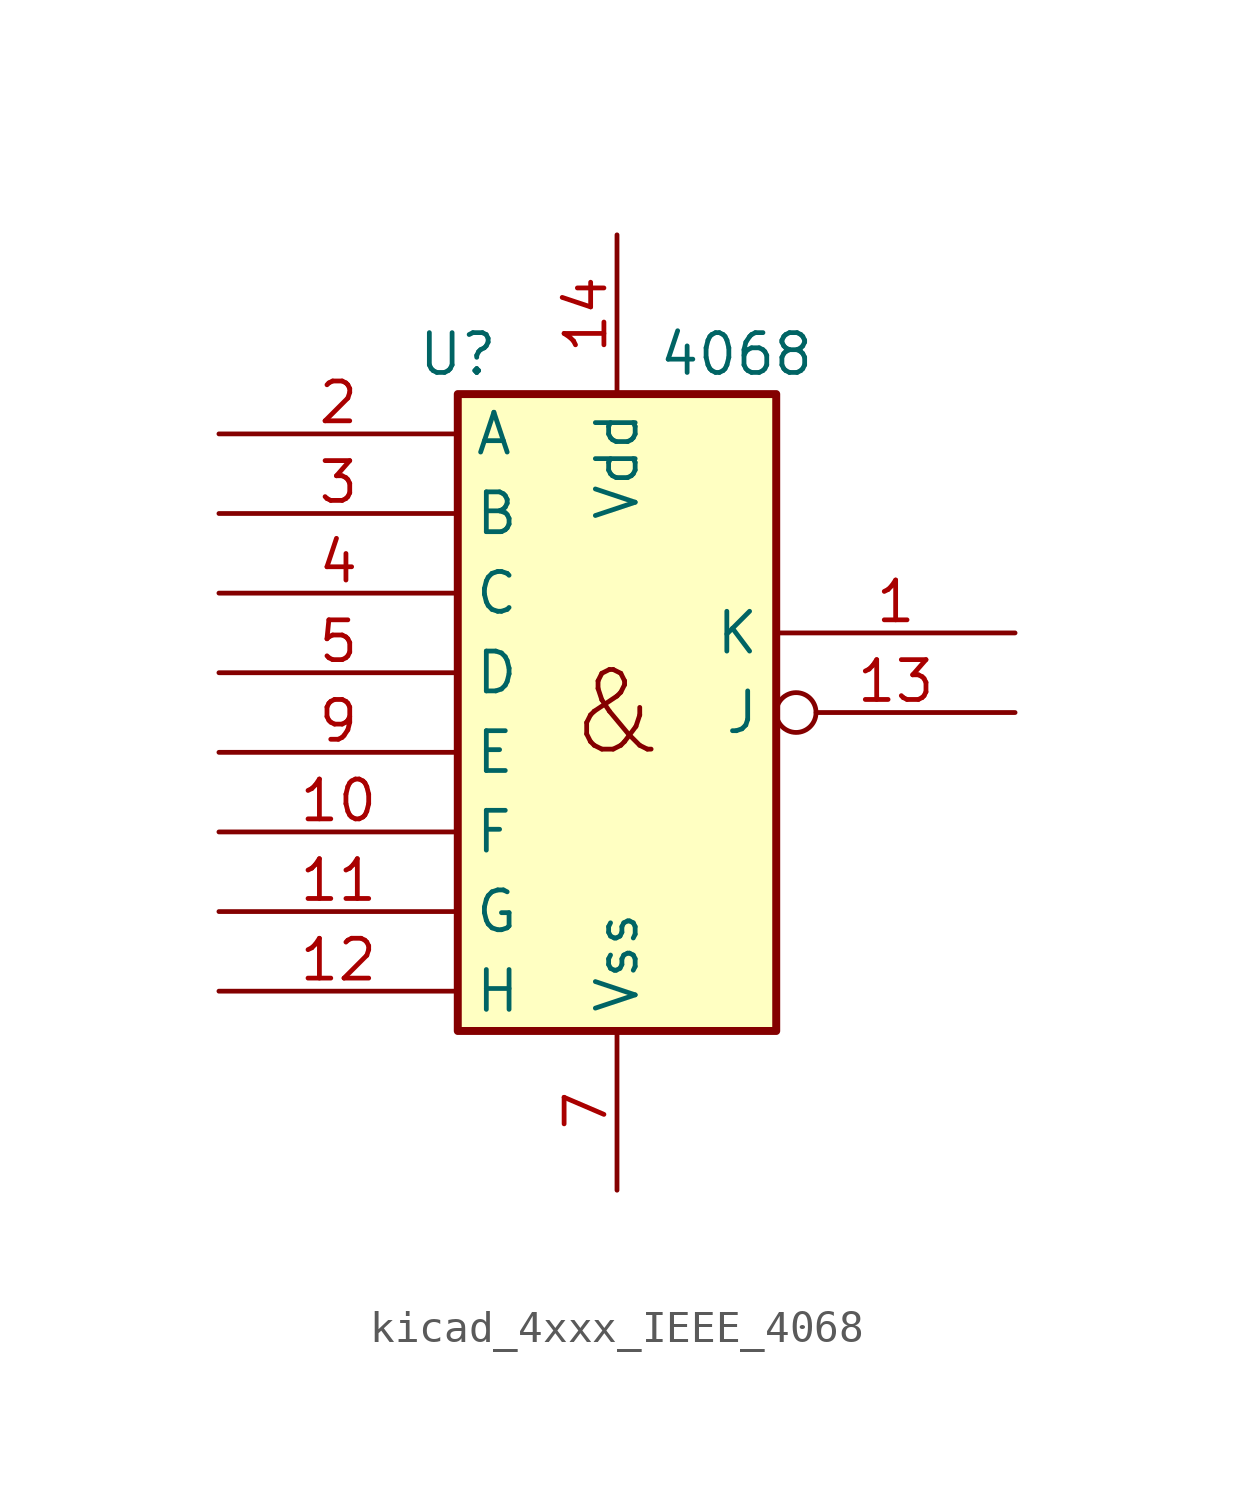
<source format=kicad_sym>
(kicad_symbol_lib
  (version 20220914)
  (generator kicad_symbol_editor)
  (symbol "kicad_4xxx_IEEE_4068"
    (property "Reference" "U"
      (at -5.08 11.43 0)
      (effects (font (size 1.27 1.27))))
    (property "Value" "4068"
      (at 3.81 11.43 0)
      (effects (font (size 1.27 1.27))))
    (symbol "kicad_4xxx_IEEE_4068_0_0"
      (rectangle (start -5.08 10.16) (end 5.08 -10.16) (stroke (width 0.254) (type default)) (fill (type background)))
      (text "&" (at 0 0 0) (effects (font (size 2.54 2.54)))))
    (symbol "kicad_4xxx_IEEE_4068_0_1"
      (pin power_in line (at 0 15.24 270) (length 5.08) (name "Vdd" (effects (font (size 1.27 1.27)))) (number "14" (effects (font (size 1.27 1.27)))))
      (pin power_in line (at 0 -15.24 90) (length 5.08) (name "Vss" (effects (font (size 1.27 1.27)))) (number "7" (effects (font (size 1.27 1.27))))))
    (symbol "kicad_4xxx_IEEE_4068_1_1"
      (pin output line (at 12.7 2.54 180) (length 7.62) (name "K" (effects (font (size 1.27 1.27)))) (number "1" (effects (font (size 1.27 1.27)))))
      (pin input line (at -12.7 -3.81 0) (length 7.62) (name "F" (effects (font (size 1.27 1.27)))) (number "10" (effects (font (size 1.27 1.27)))))
      (pin input line (at -12.7 -6.35 0) (length 7.62) (name "G" (effects (font (size 1.27 1.27)))) (number "11" (effects (font (size 1.27 1.27)))))
      (pin input line (at -12.7 -8.89 0) (length 7.62) (name "H" (effects (font (size 1.27 1.27)))) (number "12" (effects (font (size 1.27 1.27)))))
      (pin output inverted (at 12.7 0 180) (length 7.62) (name "J" (effects (font (size 1.27 1.27)))) (number "13" (effects (font (size 1.27 1.27)))))
      (pin input line (at -12.7 8.89 0) (length 7.62) (name "A" (effects (font (size 1.27 1.27)))) (number "2" (effects (font (size 1.27 1.27)))))
      (pin input line (at -12.7 6.35 0) (length 7.62) (name "B" (effects (font (size 1.27 1.27)))) (number "3" (effects (font (size 1.27 1.27)))))
      (pin input line (at -12.7 3.81 0) (length 7.62) (name "C" (effects (font (size 1.27 1.27)))) (number "4" (effects (font (size 1.27 1.27)))))
      (pin input line (at -12.7 1.27 0) (length 7.62) (name "D" (effects (font (size 1.27 1.27)))) (number "5" (effects (font (size 1.27 1.27)))))
      (pin input line (at -12.7 -1.27 0) (length 7.62) (name "E" (effects (font (size 1.27 1.27)))) (number "9" (effects (font (size 1.27 1.27))))))))
</source>
